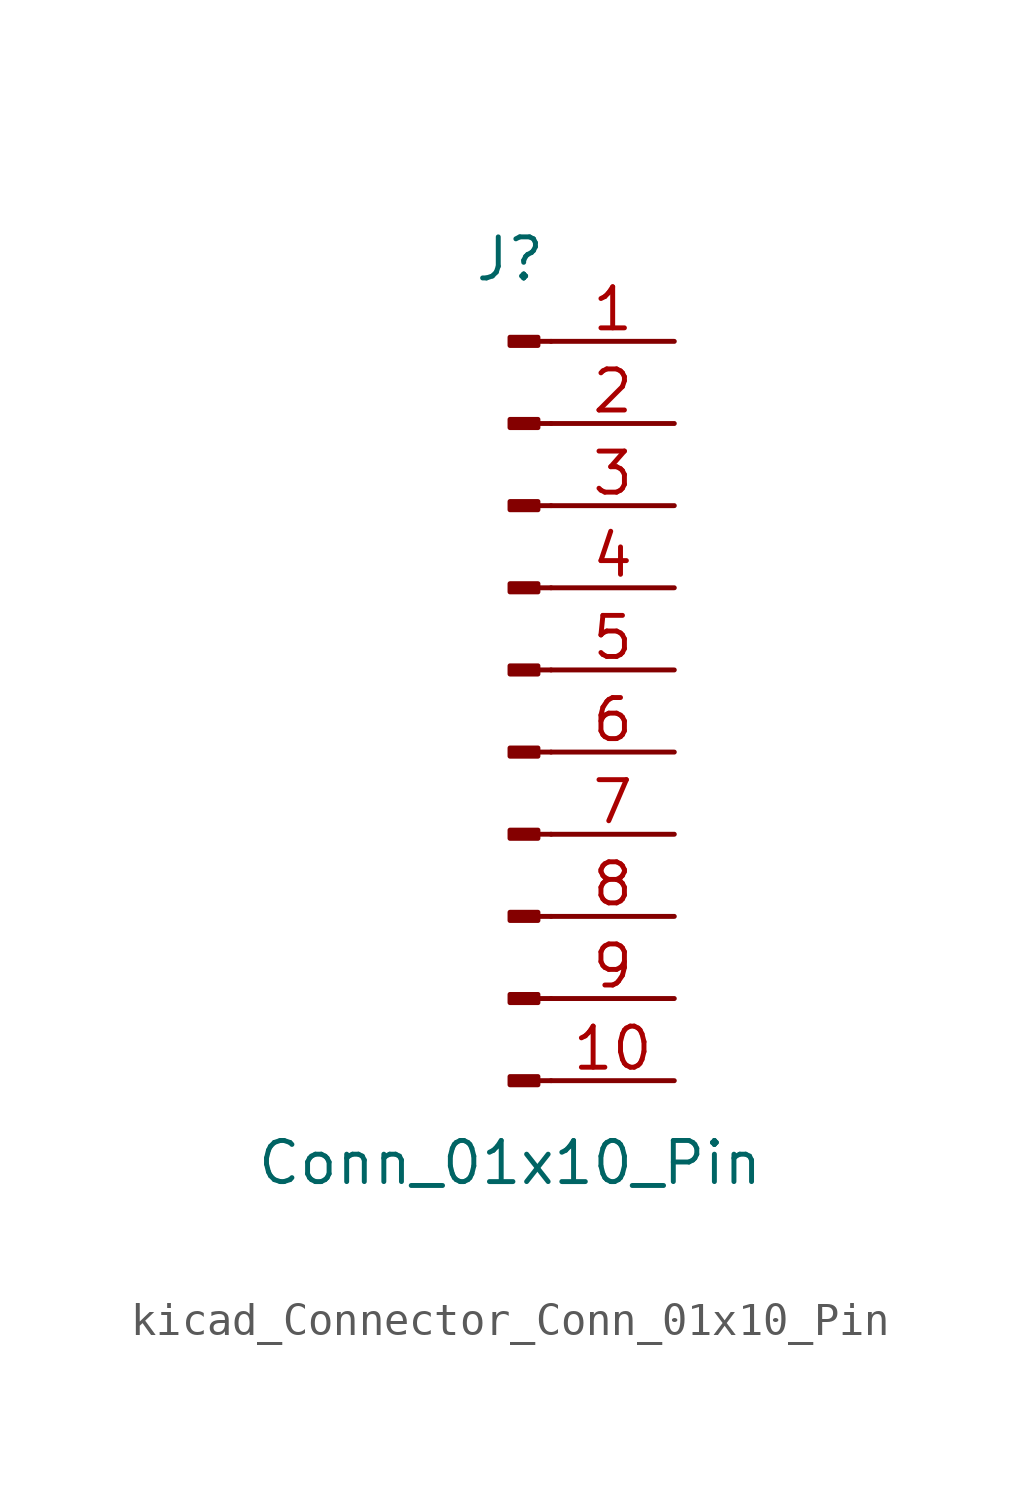
<source format=kicad_sym>
(kicad_symbol_lib
  (version 20220914)
  (generator kicad_symbol_editor)
  (symbol "kicad_Connector_Conn_01x10_Pin"
    (pin_names
      (offset 1.016) hide)
    (property "Reference" "J"
      (at 0 12.7 0)
      (effects (font (size 1.27 1.27))))
    (property "Value" "Conn_01x10_Pin"
      (at 0 -15.24 0)
      (effects (font (size 1.27 1.27))))
    (property "ki_locked" ""
      (at 0 0 0)
      (effects (font (size 1.27 1.27))))
    (symbol "kicad_Connector_Conn_01x10_Pin_1_1"
      (polyline (pts (xy 1.27 -12.7) (xy 0.864 -12.7)) (stroke (width 0.152) (type default)) (fill (type none)))
      (polyline (pts (xy 1.27 -10.16) (xy 0.864 -10.16)) (stroke (width 0.152) (type default)) (fill (type none)))
      (polyline (pts (xy 1.27 -7.62) (xy 0.864 -7.62)) (stroke (width 0.152) (type default)) (fill (type none)))
      (polyline (pts (xy 1.27 -5.08) (xy 0.864 -5.08)) (stroke (width 0.152) (type default)) (fill (type none)))
      (polyline (pts (xy 1.27 -2.54) (xy 0.864 -2.54)) (stroke (width 0.152) (type default)) (fill (type none)))
      (polyline (pts (xy 1.27 0) (xy 0.864 0)) (stroke (width 0.152) (type default)) (fill (type none)))
      (polyline (pts (xy 1.27 2.54) (xy 0.864 2.54)) (stroke (width 0.152) (type default)) (fill (type none)))
      (polyline (pts (xy 1.27 5.08) (xy 0.864 5.08)) (stroke (width 0.152) (type default)) (fill (type none)))
      (polyline (pts (xy 1.27 7.62) (xy 0.864 7.62)) (stroke (width 0.152) (type default)) (fill (type none)))
      (polyline (pts (xy 1.27 10.16) (xy 0.864 10.16)) (stroke (width 0.152) (type default)) (fill (type none)))
      (rectangle (start 0.864 -12.573) (end 0 -12.827) (stroke (width 0.152) (type default)) (fill (type outline)))
      (rectangle (start 0.864 -10.033) (end 0 -10.287) (stroke (width 0.152) (type default)) (fill (type outline)))
      (rectangle (start 0.864 -7.493) (end 0 -7.747) (stroke (width 0.152) (type default)) (fill (type outline)))
      (rectangle (start 0.864 -4.953) (end 0 -5.207) (stroke (width 0.152) (type default)) (fill (type outline)))
      (rectangle (start 0.864 -2.413) (end 0 -2.667) (stroke (width 0.152) (type default)) (fill (type outline)))
      (rectangle (start 0.864 0.127) (end 0 -0.127) (stroke (width 0.152) (type default)) (fill (type outline)))
      (rectangle (start 0.864 2.667) (end 0 2.413) (stroke (width 0.152) (type default)) (fill (type outline)))
      (rectangle (start 0.864 5.207) (end 0 4.953) (stroke (width 0.152) (type default)) (fill (type outline)))
      (rectangle (start 0.864 7.747) (end 0 7.493) (stroke (width 0.152) (type default)) (fill (type outline)))
      (rectangle (start 0.864 10.287) (end 0 10.033) (stroke (width 0.152) (type default)) (fill (type outline)))
      (pin passive line (at 5.08 10.16 180) (length 3.81) (name "Pin_1" (effects (font (size 1.27 1.27)))) (number "1" (effects (font (size 1.27 1.27)))))
      (pin passive line (at 5.08 -12.7 180) (length 3.81) (name "Pin_10" (effects (font (size 1.27 1.27)))) (number "10" (effects (font (size 1.27 1.27)))))
      (pin passive line (at 5.08 7.62 180) (length 3.81) (name "Pin_2" (effects (font (size 1.27 1.27)))) (number "2" (effects (font (size 1.27 1.27)))))
      (pin passive line (at 5.08 5.08 180) (length 3.81) (name "Pin_3" (effects (font (size 1.27 1.27)))) (number "3" (effects (font (size 1.27 1.27)))))
      (pin passive line (at 5.08 2.54 180) (length 3.81) (name "Pin_4" (effects (font (size 1.27 1.27)))) (number "4" (effects (font (size 1.27 1.27)))))
      (pin passive line (at 5.08 0 180) (length 3.81) (name "Pin_5" (effects (font (size 1.27 1.27)))) (number "5" (effects (font (size 1.27 1.27)))))
      (pin passive line (at 5.08 -2.54 180) (length 3.81) (name "Pin_6" (effects (font (size 1.27 1.27)))) (number "6" (effects (font (size 1.27 1.27)))))
      (pin passive line (at 5.08 -5.08 180) (length 3.81) (name "Pin_7" (effects (font (size 1.27 1.27)))) (number "7" (effects (font (size 1.27 1.27)))))
      (pin passive line (at 5.08 -7.62 180) (length 3.81) (name "Pin_8" (effects (font (size 1.27 1.27)))) (number "8" (effects (font (size 1.27 1.27)))))
      (pin passive line (at 5.08 -10.16 180) (length 3.81) (name "Pin_9" (effects (font (size 1.27 1.27)))) (number "9" (effects (font (size 1.27 1.27))))))))
</source>
